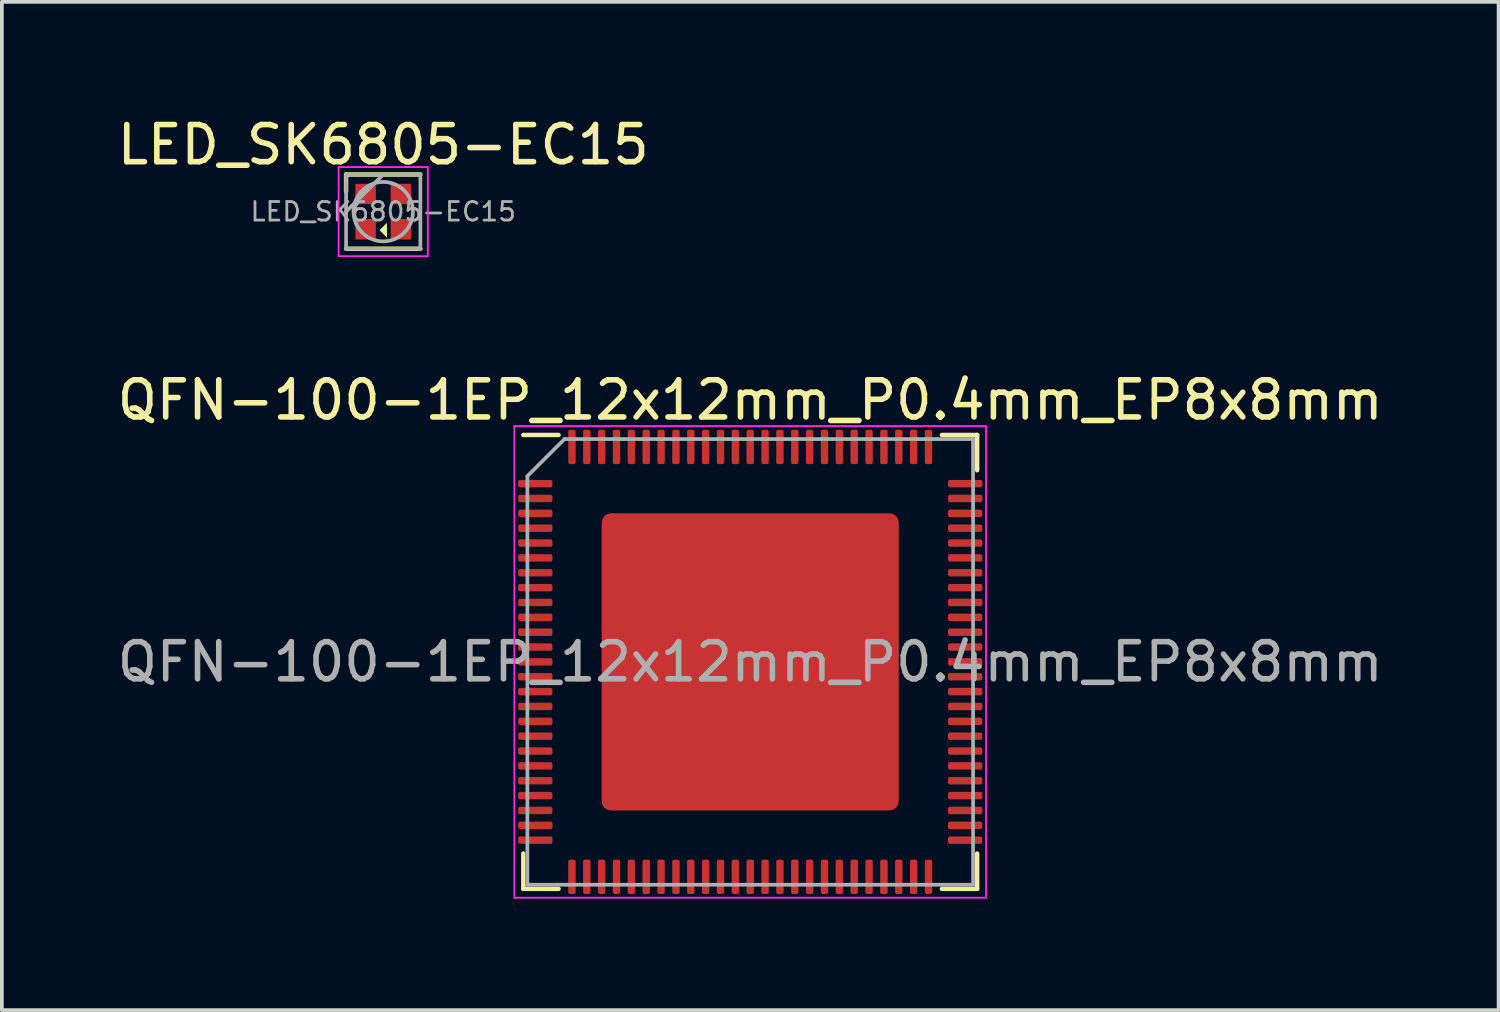
<source format=kicad_pcb>
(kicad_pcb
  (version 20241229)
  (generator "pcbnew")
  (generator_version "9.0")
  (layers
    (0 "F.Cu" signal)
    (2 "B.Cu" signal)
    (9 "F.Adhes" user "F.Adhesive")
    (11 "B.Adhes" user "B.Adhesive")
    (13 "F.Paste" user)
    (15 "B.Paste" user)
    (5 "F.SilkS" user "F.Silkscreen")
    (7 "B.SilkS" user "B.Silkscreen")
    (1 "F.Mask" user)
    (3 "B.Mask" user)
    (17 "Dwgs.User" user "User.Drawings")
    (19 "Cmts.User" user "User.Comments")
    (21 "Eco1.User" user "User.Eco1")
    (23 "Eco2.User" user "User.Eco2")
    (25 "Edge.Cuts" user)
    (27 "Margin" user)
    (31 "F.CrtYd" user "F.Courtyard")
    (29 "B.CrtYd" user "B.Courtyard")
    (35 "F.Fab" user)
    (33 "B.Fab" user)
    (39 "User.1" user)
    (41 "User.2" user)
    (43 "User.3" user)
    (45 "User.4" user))
  (footprint "QFN-100-1EP_12x12mm_P0.4mm_EP8x8mm"
    (layer "F.Cu")
    (at 17.149 14.771)
    (property "Reference" "QFN-100-1EP_12x12mm_P0.4mm_EP8x8mm" (at 0 -7.05 0) (layer "F.SilkS") (effects (font (size 1 1) (thickness 0.15))))
    (attr smd)
    (fp_line (start -6.11 6.11) (end -6.11 5.16) (stroke (width 0.12) (type solid)) (layer "F.SilkS"))
    (fp_line (start -5.16 -6.11) (end -6.11 -6.11) (stroke (width 0.12) (type solid)) (layer "F.SilkS"))
    (fp_line (start -5.16 6.11) (end -6.11 6.11) (stroke (width 0.12) (type solid)) (layer "F.SilkS"))
    (fp_line (start 5.16 -6.11) (end 6.11 -6.11) (stroke (width 0.12) (type solid)) (layer "F.SilkS"))
    (fp_line (start 5.16 6.11) (end 6.11 6.11) (stroke (width 0.12) (type solid)) (layer "F.SilkS"))
    (fp_line (start 6.11 -6.11) (end 6.11 -5.16) (stroke (width 0.12) (type solid)) (layer "F.SilkS"))
    (fp_line (start 6.11 6.11) (end 6.11 5.16) (stroke (width 0.12) (type solid)) (layer "F.SilkS"))
    (fp_line (start -6.35 -6.35) (end -6.35 6.35) (stroke (width 0.05) (type solid)) (layer "F.CrtYd"))
    (fp_line (start -6.35 6.35) (end 6.35 6.35) (stroke (width 0.05) (type solid)) (layer "F.CrtYd"))
    (fp_line (start 6.35 -6.35) (end -6.35 -6.35) (stroke (width 0.05) (type solid)) (layer "F.CrtYd"))
    (fp_line (start 6.35 6.35) (end 6.35 -6.35) (stroke (width 0.05) (type solid)) (layer "F.CrtYd"))
    (fp_line (start -6 -5) (end -5 -6) (stroke (width 0.1) (type solid)) (layer "F.Fab"))
    (fp_line (start -6 6) (end -6 -5) (stroke (width 0.1) (type solid)) (layer "F.Fab"))
    (fp_line (start -5 -6) (end 6 -6) (stroke (width 0.1) (type solid)) (layer "F.Fab"))
    (fp_line (start 6 -6) (end 6 6) (stroke (width 0.1) (type solid)) (layer "F.Fab"))
    (fp_line (start 6 6) (end -6 6) (stroke (width 0.1) (type solid)) (layer "F.Fab"))
    (fp_text user "${REFERENCE}" (at 0 0 0) (layer "F.Fab") (effects (font (size 1 1) (thickness 0.15))))
    (pad "" smd roundrect (at -3.2 -3.2) (size 1.29 1.29) (layers "F.Paste") (roundrect_rratio 0.194))
    (pad "" smd roundrect (at -3.2 -1.6) (size 1.29 1.29) (layers "F.Paste") (roundrect_rratio 0.194))
    (pad "" smd roundrect (at -3.2 0) (size 1.29 1.29) (layers "F.Paste") (roundrect_rratio 0.194))
    (pad "" smd roundrect (at -3.2 1.6) (size 1.29 1.29) (layers "F.Paste") (roundrect_rratio 0.194))
    (pad "" smd roundrect (at -3.2 3.2) (size 1.29 1.29) (layers "F.Paste") (roundrect_rratio 0.194))
    (pad "" smd roundrect (at -1.6 -3.2) (size 1.29 1.29) (layers "F.Paste") (roundrect_rratio 0.194))
    (pad "" smd roundrect (at -1.6 -1.6) (size 1.29 1.29) (layers "F.Paste") (roundrect_rratio 0.194))
    (pad "" smd roundrect (at -1.6 0) (size 1.29 1.29) (layers "F.Paste") (roundrect_rratio 0.194))
    (pad "" smd roundrect (at -1.6 1.6) (size 1.29 1.29) (layers "F.Paste") (roundrect_rratio 0.194))
    (pad "" smd roundrect (at -1.6 3.2) (size 1.29 1.29) (layers "F.Paste") (roundrect_rratio 0.194))
    (pad "" smd roundrect (at 0 -3.2) (size 1.29 1.29) (layers "F.Paste") (roundrect_rratio 0.194))
    (pad "" smd roundrect (at 0 -1.6) (size 1.29 1.29) (layers "F.Paste") (roundrect_rratio 0.194))
    (pad "" smd roundrect (at 0 0) (size 1.29 1.29) (layers "F.Paste") (roundrect_rratio 0.194))
    (pad "" smd roundrect (at 0 1.6) (size 1.29 1.29) (layers "F.Paste") (roundrect_rratio 0.194))
    (pad "" smd roundrect (at 0 3.2) (size 1.29 1.29) (layers "F.Paste") (roundrect_rratio 0.194))
    (pad "" smd roundrect (at 1.6 -3.2) (size 1.29 1.29) (layers "F.Paste") (roundrect_rratio 0.194))
    (pad "" smd roundrect (at 1.6 -1.6) (size 1.29 1.29) (layers "F.Paste") (roundrect_rratio 0.194))
    (pad "" smd roundrect (at 1.6 0) (size 1.29 1.29) (layers "F.Paste") (roundrect_rratio 0.194))
    (pad "" smd roundrect (at 1.6 1.6) (size 1.29 1.29) (layers "F.Paste") (roundrect_rratio 0.194))
    (pad "" smd roundrect (at 1.6 3.2) (size 1.29 1.29) (layers "F.Paste") (roundrect_rratio 0.194))
    (pad "" smd roundrect (at 3.2 -3.2) (size 1.29 1.29) (layers "F.Paste") (roundrect_rratio 0.194))
    (pad "" smd roundrect (at 3.2 -1.6) (size 1.29 1.29) (layers "F.Paste") (roundrect_rratio 0.194))
    (pad "" smd roundrect (at 3.2 0) (size 1.29 1.29) (layers "F.Paste") (roundrect_rratio 0.194))
    (pad "" smd roundrect (at 3.2 1.6) (size 1.29 1.29) (layers "F.Paste") (roundrect_rratio 0.194))
    (pad "" smd roundrect (at 3.2 3.2) (size 1.29 1.29) (layers "F.Paste") (roundrect_rratio 0.194))
    (pad "1" smd roundrect (at -5.787 -4.8) (size 0.925 0.2) (layers "F.Cu" "F.Mask" "F.Paste") (roundrect_rratio 0.25))
    (pad "2" smd roundrect (at -5.787 -4.4) (size 0.925 0.2) (layers "F.Cu" "F.Mask" "F.Paste") (roundrect_rratio 0.25))
    (pad "3" smd roundrect (at -5.787 -4) (size 0.925 0.2) (layers "F.Cu" "F.Mask" "F.Paste") (roundrect_rratio 0.25))
    (pad "4" smd roundrect (at -5.787 -3.6) (size 0.925 0.2) (layers "F.Cu" "F.Mask" "F.Paste") (roundrect_rratio 0.25))
    (pad "5" smd roundrect (at -5.787 -3.2) (size 0.925 0.2) (layers "F.Cu" "F.Mask" "F.Paste") (roundrect_rratio 0.25))
    (pad "6" smd roundrect (at -5.787 -2.8) (size 0.925 0.2) (layers "F.Cu" "F.Mask" "F.Paste") (roundrect_rratio 0.25))
    (pad "7" smd roundrect (at -5.787 -2.4) (size 0.925 0.2) (layers "F.Cu" "F.Mask" "F.Paste") (roundrect_rratio 0.25))
    (pad "8" smd roundrect (at -5.787 -2) (size 0.925 0.2) (layers "F.Cu" "F.Mask" "F.Paste") (roundrect_rratio 0.25))
    (pad "9" smd roundrect (at -5.787 -1.6) (size 0.925 0.2) (layers "F.Cu" "F.Mask" "F.Paste") (roundrect_rratio 0.25))
    (pad "10" smd roundrect (at -5.787 -1.2) (size 0.925 0.2) (layers "F.Cu" "F.Mask" "F.Paste") (roundrect_rratio 0.25))
    (pad "11" smd roundrect (at -5.787 -0.8) (size 0.925 0.2) (layers "F.Cu" "F.Mask" "F.Paste") (roundrect_rratio 0.25))
    (pad "12" smd roundrect (at -5.787 -0.4) (size 0.925 0.2) (layers "F.Cu" "F.Mask" "F.Paste") (roundrect_rratio 0.25))
    (pad "13" smd roundrect (at -5.787 0) (size 0.925 0.2) (layers "F.Cu" "F.Mask" "F.Paste") (roundrect_rratio 0.25))
    (pad "14" smd roundrect (at -5.787 0.4) (size 0.925 0.2) (layers "F.Cu" "F.Mask" "F.Paste") (roundrect_rratio 0.25))
    (pad "15" smd roundrect (at -5.787 0.8) (size 0.925 0.2) (layers "F.Cu" "F.Mask" "F.Paste") (roundrect_rratio 0.25))
    (pad "16" smd roundrect (at -5.787 1.2) (size 0.925 0.2) (layers "F.Cu" "F.Mask" "F.Paste") (roundrect_rratio 0.25))
    (pad "17" smd roundrect (at -5.787 1.6) (size 0.925 0.2) (layers "F.Cu" "F.Mask" "F.Paste") (roundrect_rratio 0.25))
    (pad "18" smd roundrect (at -5.787 2) (size 0.925 0.2) (layers "F.Cu" "F.Mask" "F.Paste") (roundrect_rratio 0.25))
    (pad "19" smd roundrect (at -5.787 2.4) (size 0.925 0.2) (layers "F.Cu" "F.Mask" "F.Paste") (roundrect_rratio 0.25))
    (pad "20" smd roundrect (at -5.787 2.8) (size 0.925 0.2) (layers "F.Cu" "F.Mask" "F.Paste") (roundrect_rratio 0.25))
    (pad "21" smd roundrect (at -5.787 3.2) (size 0.925 0.2) (layers "F.Cu" "F.Mask" "F.Paste") (roundrect_rratio 0.25))
    (pad "22" smd roundrect (at -5.787 3.6) (size 0.925 0.2) (layers "F.Cu" "F.Mask" "F.Paste") (roundrect_rratio 0.25))
    (pad "23" smd roundrect (at -5.787 4) (size 0.925 0.2) (layers "F.Cu" "F.Mask" "F.Paste") (roundrect_rratio 0.25))
    (pad "24" smd roundrect (at -5.787 4.4) (size 0.925 0.2) (layers "F.Cu" "F.Mask" "F.Paste") (roundrect_rratio 0.25))
    (pad "25" smd roundrect (at -5.787 4.8) (size 0.925 0.2) (layers "F.Cu" "F.Mask" "F.Paste") (roundrect_rratio 0.25))
    (pad "26" smd roundrect (at -4.8 5.787) (size 0.2 0.925) (layers "F.Cu" "F.Mask" "F.Paste") (roundrect_rratio 0.25))
    (pad "27" smd roundrect (at -4.4 5.787) (size 0.2 0.925) (layers "F.Cu" "F.Mask" "F.Paste") (roundrect_rratio 0.25))
    (pad "28" smd roundrect (at -4 5.787) (size 0.2 0.925) (layers "F.Cu" "F.Mask" "F.Paste") (roundrect_rratio 0.25))
    (pad "29" smd roundrect (at -3.6 5.787) (size 0.2 0.925) (layers "F.Cu" "F.Mask" "F.Paste") (roundrect_rratio 0.25))
    (pad "30" smd roundrect (at -3.2 5.787) (size 0.2 0.925) (layers "F.Cu" "F.Mask" "F.Paste") (roundrect_rratio 0.25))
    (pad "31" smd roundrect (at -2.8 5.787) (size 0.2 0.925) (layers "F.Cu" "F.Mask" "F.Paste") (roundrect_rratio 0.25))
    (pad "32" smd roundrect (at -2.4 5.787) (size 0.2 0.925) (layers "F.Cu" "F.Mask" "F.Paste") (roundrect_rratio 0.25))
    (pad "33" smd roundrect (at -2 5.787) (size 0.2 0.925) (layers "F.Cu" "F.Mask" "F.Paste") (roundrect_rratio 0.25))
    (pad "34" smd roundrect (at -1.6 5.787) (size 0.2 0.925) (layers "F.Cu" "F.Mask" "F.Paste") (roundrect_rratio 0.25))
    (pad "35" smd roundrect (at -1.2 5.787) (size 0.2 0.925) (layers "F.Cu" "F.Mask" "F.Paste") (roundrect_rratio 0.25))
    (pad "36" smd roundrect (at -0.8 5.787) (size 0.2 0.925) (layers "F.Cu" "F.Mask" "F.Paste") (roundrect_rratio 0.25))
    (pad "37" smd roundrect (at -0.4 5.787) (size 0.2 0.925) (layers "F.Cu" "F.Mask" "F.Paste") (roundrect_rratio 0.25))
    (pad "38" smd roundrect (at 0 5.787) (size 0.2 0.925) (layers "F.Cu" "F.Mask" "F.Paste") (roundrect_rratio 0.25))
    (pad "39" smd roundrect (at 0.4 5.787) (size 0.2 0.925) (layers "F.Cu" "F.Mask" "F.Paste") (roundrect_rratio 0.25))
    (pad "40" smd roundrect (at 0.8 5.787) (size 0.2 0.925) (layers "F.Cu" "F.Mask" "F.Paste") (roundrect_rratio 0.25))
    (pad "41" smd roundrect (at 1.2 5.787) (size 0.2 0.925) (layers "F.Cu" "F.Mask" "F.Paste") (roundrect_rratio 0.25))
    (pad "42" smd roundrect (at 1.6 5.787) (size 0.2 0.925) (layers "F.Cu" "F.Mask" "F.Paste") (roundrect_rratio 0.25))
    (pad "43" smd roundrect (at 2 5.787) (size 0.2 0.925) (layers "F.Cu" "F.Mask" "F.Paste") (roundrect_rratio 0.25))
    (pad "44" smd roundrect (at 2.4 5.787) (size 0.2 0.925) (layers "F.Cu" "F.Mask" "F.Paste") (roundrect_rratio 0.25))
    (pad "45" smd roundrect (at 2.8 5.787) (size 0.2 0.925) (layers "F.Cu" "F.Mask" "F.Paste") (roundrect_rratio 0.25))
    (pad "46" smd roundrect (at 3.2 5.787) (size 0.2 0.925) (layers "F.Cu" "F.Mask" "F.Paste") (roundrect_rratio 0.25))
    (pad "47" smd roundrect (at 3.6 5.787) (size 0.2 0.925) (layers "F.Cu" "F.Mask" "F.Paste") (roundrect_rratio 0.25))
    (pad "48" smd roundrect (at 4 5.787) (size 0.2 0.925) (layers "F.Cu" "F.Mask" "F.Paste") (roundrect_rratio 0.25))
    (pad "49" smd roundrect (at 4.4 5.787) (size 0.2 0.925) (layers "F.Cu" "F.Mask" "F.Paste") (roundrect_rratio 0.25))
    (pad "50" smd roundrect (at 4.8 5.787) (size 0.2 0.925) (layers "F.Cu" "F.Mask" "F.Paste") (roundrect_rratio 0.25))
    (pad "51" smd roundrect (at 5.787 4.8) (size 0.925 0.2) (layers "F.Cu" "F.Mask" "F.Paste") (roundrect_rratio 0.25))
    (pad "52" smd roundrect (at 5.787 4.4) (size 0.925 0.2) (layers "F.Cu" "F.Mask" "F.Paste") (roundrect_rratio 0.25))
    (pad "53" smd roundrect (at 5.787 4) (size 0.925 0.2) (layers "F.Cu" "F.Mask" "F.Paste") (roundrect_rratio 0.25))
    (pad "54" smd roundrect (at 5.787 3.6) (size 0.925 0.2) (layers "F.Cu" "F.Mask" "F.Paste") (roundrect_rratio 0.25))
    (pad "55" smd roundrect (at 5.787 3.2) (size 0.925 0.2) (layers "F.Cu" "F.Mask" "F.Paste") (roundrect_rratio 0.25))
    (pad "56" smd roundrect (at 5.787 2.8) (size 0.925 0.2) (layers "F.Cu" "F.Mask" "F.Paste") (roundrect_rratio 0.25))
    (pad "57" smd roundrect (at 5.787 2.4) (size 0.925 0.2) (layers "F.Cu" "F.Mask" "F.Paste") (roundrect_rratio 0.25))
    (pad "58" smd roundrect (at 5.787 2) (size 0.925 0.2) (layers "F.Cu" "F.Mask" "F.Paste") (roundrect_rratio 0.25))
    (pad "59" smd roundrect (at 5.787 1.6) (size 0.925 0.2) (layers "F.Cu" "F.Mask" "F.Paste") (roundrect_rratio 0.25))
    (pad "60" smd roundrect (at 5.787 1.2) (size 0.925 0.2) (layers "F.Cu" "F.Mask" "F.Paste") (roundrect_rratio 0.25))
    (pad "61" smd roundrect (at 5.787 0.8) (size 0.925 0.2) (layers "F.Cu" "F.Mask" "F.Paste") (roundrect_rratio 0.25))
    (pad "62" smd roundrect (at 5.787 0.4) (size 0.925 0.2) (layers "F.Cu" "F.Mask" "F.Paste") (roundrect_rratio 0.25))
    (pad "63" smd roundrect (at 5.787 0) (size 0.925 0.2) (layers "F.Cu" "F.Mask" "F.Paste") (roundrect_rratio 0.25))
    (pad "64" smd roundrect (at 5.787 -0.4) (size 0.925 0.2) (layers "F.Cu" "F.Mask" "F.Paste") (roundrect_rratio 0.25))
    (pad "65" smd roundrect (at 5.787 -0.8) (size 0.925 0.2) (layers "F.Cu" "F.Mask" "F.Paste") (roundrect_rratio 0.25))
    (pad "66" smd roundrect (at 5.787 -1.2) (size 0.925 0.2) (layers "F.Cu" "F.Mask" "F.Paste") (roundrect_rratio 0.25))
    (pad "67" smd roundrect (at 5.787 -1.6) (size 0.925 0.2) (layers "F.Cu" "F.Mask" "F.Paste") (roundrect_rratio 0.25))
    (pad "68" smd roundrect (at 5.787 -2) (size 0.925 0.2) (layers "F.Cu" "F.Mask" "F.Paste") (roundrect_rratio 0.25))
    (pad "69" smd roundrect (at 5.787 -2.4) (size 0.925 0.2) (layers "F.Cu" "F.Mask" "F.Paste") (roundrect_rratio 0.25))
    (pad "70" smd roundrect (at 5.787 -2.8) (size 0.925 0.2) (layers "F.Cu" "F.Mask" "F.Paste") (roundrect_rratio 0.25))
    (pad "71" smd roundrect (at 5.787 -3.2) (size 0.925 0.2) (layers "F.Cu" "F.Mask" "F.Paste") (roundrect_rratio 0.25))
    (pad "72" smd roundrect (at 5.787 -3.6) (size 0.925 0.2) (layers "F.Cu" "F.Mask" "F.Paste") (roundrect_rratio 0.25))
    (pad "73" smd roundrect (at 5.787 -4) (size 0.925 0.2) (layers "F.Cu" "F.Mask" "F.Paste") (roundrect_rratio 0.25))
    (pad "74" smd roundrect (at 5.787 -4.4) (size 0.925 0.2) (layers "F.Cu" "F.Mask" "F.Paste") (roundrect_rratio 0.25))
    (pad "75" smd roundrect (at 5.787 -4.8) (size 0.925 0.2) (layers "F.Cu" "F.Mask" "F.Paste") (roundrect_rratio 0.25))
    (pad "76" smd roundrect (at 4.8 -5.787) (size 0.2 0.925) (layers "F.Cu" "F.Mask" "F.Paste") (roundrect_rratio 0.25))
    (pad "77" smd roundrect (at 4.4 -5.787) (size 0.2 0.925) (layers "F.Cu" "F.Mask" "F.Paste") (roundrect_rratio 0.25))
    (pad "78" smd roundrect (at 4 -5.787) (size 0.2 0.925) (layers "F.Cu" "F.Mask" "F.Paste") (roundrect_rratio 0.25))
    (pad "79" smd roundrect (at 3.6 -5.787) (size 0.2 0.925) (layers "F.Cu" "F.Mask" "F.Paste") (roundrect_rratio 0.25))
    (pad "80" smd roundrect (at 3.2 -5.787) (size 0.2 0.925) (layers "F.Cu" "F.Mask" "F.Paste") (roundrect_rratio 0.25))
    (pad "81" smd roundrect (at 2.8 -5.787) (size 0.2 0.925) (layers "F.Cu" "F.Mask" "F.Paste") (roundrect_rratio 0.25))
    (pad "82" smd roundrect (at 2.4 -5.787) (size 0.2 0.925) (layers "F.Cu" "F.Mask" "F.Paste") (roundrect_rratio 0.25))
    (pad "83" smd roundrect (at 2 -5.787) (size 0.2 0.925) (layers "F.Cu" "F.Mask" "F.Paste") (roundrect_rratio 0.25))
    (pad "84" smd roundrect (at 1.6 -5.787) (size 0.2 0.925) (layers "F.Cu" "F.Mask" "F.Paste") (roundrect_rratio 0.25))
    (pad "85" smd roundrect (at 1.2 -5.787) (size 0.2 0.925) (layers "F.Cu" "F.Mask" "F.Paste") (roundrect_rratio 0.25))
    (pad "86" smd roundrect (at 0.8 -5.787) (size 0.2 0.925) (layers "F.Cu" "F.Mask" "F.Paste") (roundrect_rratio 0.25))
    (pad "87" smd roundrect (at 0.4 -5.787) (size 0.2 0.925) (layers "F.Cu" "F.Mask" "F.Paste") (roundrect_rratio 0.25))
    (pad "88" smd roundrect (at 0 -5.787) (size 0.2 0.925) (layers "F.Cu" "F.Mask" "F.Paste") (roundrect_rratio 0.25))
    (pad "89" smd roundrect (at -0.4 -5.787) (size 0.2 0.925) (layers "F.Cu" "F.Mask" "F.Paste") (roundrect_rratio 0.25))
    (pad "90" smd roundrect (at -0.8 -5.787) (size 0.2 0.925) (layers "F.Cu" "F.Mask" "F.Paste") (roundrect_rratio 0.25))
    (pad "91" smd roundrect (at -1.2 -5.787) (size 0.2 0.925) (layers "F.Cu" "F.Mask" "F.Paste") (roundrect_rratio 0.25))
    (pad "92" smd roundrect (at -1.6 -5.787) (size 0.2 0.925) (layers "F.Cu" "F.Mask" "F.Paste") (roundrect_rratio 0.25))
    (pad "93" smd roundrect (at -2 -5.787) (size 0.2 0.925) (layers "F.Cu" "F.Mask" "F.Paste") (roundrect_rratio 0.25))
    (pad "94" smd roundrect (at -2.4 -5.787) (size 0.2 0.925) (layers "F.Cu" "F.Mask" "F.Paste") (roundrect_rratio 0.25))
    (pad "95" smd roundrect (at -2.8 -5.787) (size 0.2 0.925) (layers "F.Cu" "F.Mask" "F.Paste") (roundrect_rratio 0.25))
    (pad "96" smd roundrect (at -3.2 -5.787) (size 0.2 0.925) (layers "F.Cu" "F.Mask" "F.Paste") (roundrect_rratio 0.25))
    (pad "97" smd roundrect (at -3.6 -5.787) (size 0.2 0.925) (layers "F.Cu" "F.Mask" "F.Paste") (roundrect_rratio 0.25))
    (pad "98" smd roundrect (at -4 -5.787) (size 0.2 0.925) (layers "F.Cu" "F.Mask" "F.Paste") (roundrect_rratio 0.25))
    (pad "99" smd roundrect (at -4.4 -5.787) (size 0.2 0.925) (layers "F.Cu" "F.Mask" "F.Paste") (roundrect_rratio 0.25))
    (pad "100" smd roundrect (at -4.8 -5.787) (size 0.2 0.925) (layers "F.Cu" "F.Mask" "F.Paste") (roundrect_rratio 0.25))
    (pad "101" smd roundrect (at 0 0) (size 8 8) (layers "F.Cu" "F.Mask") (roundrect_rratio 0.031)))
  (footprint "LED_SK6805-EC15"
    (layer "F.Cu")
    (at 7.268 2.648)
    (property "Reference" "LED_SK6805-EC15" (at 0 -1.8 0) (layer "F.SilkS") (effects (font (size 1 1) (thickness 0.15))))
    (attr smd)
    (fp_line (start -1 -1) (end 1 -1) (stroke (width 0.12) (type solid)) (layer "F.SilkS"))
    (fp_line (start -1 -0.55) (end -1 -1) (stroke (width 0.12) (type solid)) (layer "F.SilkS"))
    (fp_line (start -1 1) (end 1 1) (stroke (width 0.12) (type solid)) (layer "F.SilkS"))
    (fp_poly (pts (xy 0.1 0.7) (xy -0.1 0.5) (xy 0.1 0.3)) (stroke (width 0) (type solid)) (fill yes) (layer "F.SilkS"))
    (fp_line (start -1.2 -1.2) (end -1.2 1.2) (stroke (width 0.05) (type solid)) (layer "F.CrtYd"))
    (fp_line (start -1.2 1.2) (end 1.2 1.2) (stroke (width 0.05) (type solid)) (layer "F.CrtYd"))
    (fp_line (start 1.2 -1.2) (end -1.2 -1.2) (stroke (width 0.05) (type solid)) (layer "F.CrtYd"))
    (fp_line (start 1.2 1.2) (end 1.2 -1.2) (stroke (width 0.05) (type solid)) (layer "F.CrtYd"))
    (fp_line (start -1 -1) (end -1 1) (stroke (width 0.1) (type solid)) (layer "F.Fab"))
    (fp_line (start -1 1) (end 1 1) (stroke (width 0.1) (type solid)) (layer "F.Fab"))
    (fp_line (start 0 -1) (end -1 0) (stroke (width 0.1) (type solid)) (layer "F.Fab"))
    (fp_line (start 1 -1) (end -1 -1) (stroke (width 0.1) (type solid)) (layer "F.Fab"))
    (fp_line (start 1 1) (end 1 -1) (stroke (width 0.1) (type solid)) (layer "F.Fab"))
    (fp_circle (center 0 0) (end 0.8 0) (stroke (width 0.1) (type solid)) (fill no) (layer "F.Fab"))
    (fp_text user "${REFERENCE}" (at 0 0 0) (layer "F.Fab") (effects (font (size 0.5 0.5) (thickness 0.075))))
    (pad "1" smd rect (at -0.475 -0.475) (size 0.55 0.55) (layers "F.Cu" "F.Mask" "F.Paste"))
    (pad "2" smd rect (at -0.475 0.475) (size 0.55 0.55) (layers "F.Cu" "F.Mask" "F.Paste"))
    (pad "3" smd rect (at 0.475 0.475) (size 0.55 0.55) (layers "F.Cu" "F.Mask" "F.Paste"))
    (pad "4" smd rect (at 0.475 -0.475) (size 0.55 0.55) (layers "F.Cu" "F.Mask" "F.Paste")))
  (gr_rect
    (start -3 -3)
    (end 37.298 24.146)
    (stroke (width 0.1) (type default))
    (fill no)
    (layer "Edge.Cuts")))
</source>
